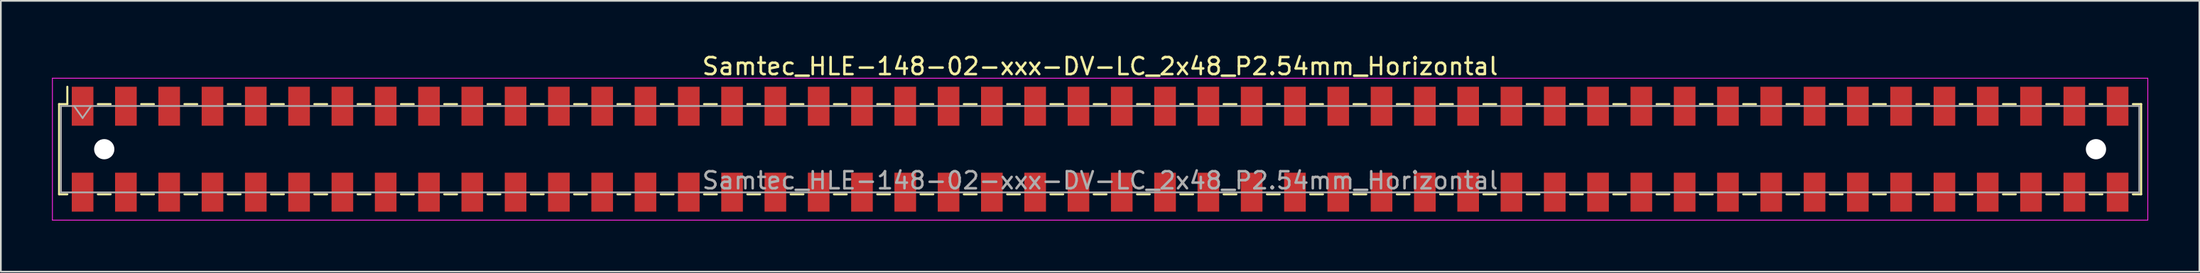
<source format=kicad_pcb>
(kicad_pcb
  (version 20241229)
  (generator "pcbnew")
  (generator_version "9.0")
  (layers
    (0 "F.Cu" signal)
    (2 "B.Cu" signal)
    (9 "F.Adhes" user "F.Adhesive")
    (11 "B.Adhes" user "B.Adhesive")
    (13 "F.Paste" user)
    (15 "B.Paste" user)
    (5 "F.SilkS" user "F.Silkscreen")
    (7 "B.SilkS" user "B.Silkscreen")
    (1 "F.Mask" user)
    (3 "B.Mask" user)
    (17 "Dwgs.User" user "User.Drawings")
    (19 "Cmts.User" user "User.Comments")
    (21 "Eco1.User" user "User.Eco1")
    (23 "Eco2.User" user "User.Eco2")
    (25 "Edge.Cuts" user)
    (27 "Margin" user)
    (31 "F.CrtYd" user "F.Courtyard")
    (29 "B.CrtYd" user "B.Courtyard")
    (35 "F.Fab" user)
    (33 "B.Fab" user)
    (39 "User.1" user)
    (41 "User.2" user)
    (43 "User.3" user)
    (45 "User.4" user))
  (footprint "Samtec_HLE-148-02-xxx-DV-LC_2x48_P2.54mm_Horizontal"
    (layer "F.Cu")
    (at 61.485 5.718)
    (property "Reference" "Samtec_HLE-148-02-xxx-DV-LC_2x48_P2.54mm_Horizontal" (at 0 -4.87 0) (layer "F.SilkS") (effects (font (size 1 1) (thickness 0.15))))
    (attr smd)
    (fp_line (start -61.07 -2.65) (end -61.07 2.65) (stroke (width 0.12) (type solid)) (layer "F.SilkS"))
    (fp_line (start -61.07 2.65) (end -60.585 2.65) (stroke (width 0.12) (type solid)) (layer "F.SilkS"))
    (fp_line (start -60.585 -3.67) (end -60.585 -2.65) (stroke (width 0.12) (type solid)) (layer "F.SilkS"))
    (fp_line (start -60.585 -2.65) (end -61.07 -2.65) (stroke (width 0.12) (type solid)) (layer "F.SilkS"))
    (fp_line (start -58.795 -2.65) (end -58.045 -2.65) (stroke (width 0.12) (type solid)) (layer "F.SilkS"))
    (fp_line (start -58.795 2.65) (end -58.045 2.65) (stroke (width 0.12) (type solid)) (layer "F.SilkS"))
    (fp_line (start -56.255 -2.65) (end -55.505 -2.65) (stroke (width 0.12) (type solid)) (layer "F.SilkS"))
    (fp_line (start -56.255 2.65) (end -55.505 2.65) (stroke (width 0.12) (type solid)) (layer "F.SilkS"))
    (fp_line (start -53.715 -2.65) (end -52.965 -2.65) (stroke (width 0.12) (type solid)) (layer "F.SilkS"))
    (fp_line (start -53.715 2.65) (end -52.965 2.65) (stroke (width 0.12) (type solid)) (layer "F.SilkS"))
    (fp_line (start -51.175 -2.65) (end -50.425 -2.65) (stroke (width 0.12) (type solid)) (layer "F.SilkS"))
    (fp_line (start -51.175 2.65) (end -50.425 2.65) (stroke (width 0.12) (type solid)) (layer "F.SilkS"))
    (fp_line (start -48.635 -2.65) (end -47.885 -2.65) (stroke (width 0.12) (type solid)) (layer "F.SilkS"))
    (fp_line (start -48.635 2.65) (end -47.885 2.65) (stroke (width 0.12) (type solid)) (layer "F.SilkS"))
    (fp_line (start -46.095 -2.65) (end -45.345 -2.65) (stroke (width 0.12) (type solid)) (layer "F.SilkS"))
    (fp_line (start -46.095 2.65) (end -45.345 2.65) (stroke (width 0.12) (type solid)) (layer "F.SilkS"))
    (fp_line (start -43.555 -2.65) (end -42.805 -2.65) (stroke (width 0.12) (type solid)) (layer "F.SilkS"))
    (fp_line (start -43.555 2.65) (end -42.805 2.65) (stroke (width 0.12) (type solid)) (layer "F.SilkS"))
    (fp_line (start -41.015 -2.65) (end -40.265 -2.65) (stroke (width 0.12) (type solid)) (layer "F.SilkS"))
    (fp_line (start -41.015 2.65) (end -40.265 2.65) (stroke (width 0.12) (type solid)) (layer "F.SilkS"))
    (fp_line (start -38.475 -2.65) (end -37.725 -2.65) (stroke (width 0.12) (type solid)) (layer "F.SilkS"))
    (fp_line (start -38.475 2.65) (end -37.725 2.65) (stroke (width 0.12) (type solid)) (layer "F.SilkS"))
    (fp_line (start -35.935 -2.65) (end -35.185 -2.65) (stroke (width 0.12) (type solid)) (layer "F.SilkS"))
    (fp_line (start -35.935 2.65) (end -35.185 2.65) (stroke (width 0.12) (type solid)) (layer "F.SilkS"))
    (fp_line (start -33.395 -2.65) (end -32.645 -2.65) (stroke (width 0.12) (type solid)) (layer "F.SilkS"))
    (fp_line (start -33.395 2.65) (end -32.645 2.65) (stroke (width 0.12) (type solid)) (layer "F.SilkS"))
    (fp_line (start -30.855 -2.65) (end -30.105 -2.65) (stroke (width 0.12) (type solid)) (layer "F.SilkS"))
    (fp_line (start -30.855 2.65) (end -30.105 2.65) (stroke (width 0.12) (type solid)) (layer "F.SilkS"))
    (fp_line (start -28.315 -2.65) (end -27.565 -2.65) (stroke (width 0.12) (type solid)) (layer "F.SilkS"))
    (fp_line (start -28.315 2.65) (end -27.565 2.65) (stroke (width 0.12) (type solid)) (layer "F.SilkS"))
    (fp_line (start -25.775 -2.65) (end -25.025 -2.65) (stroke (width 0.12) (type solid)) (layer "F.SilkS"))
    (fp_line (start -25.775 2.65) (end -25.025 2.65) (stroke (width 0.12) (type solid)) (layer "F.SilkS"))
    (fp_line (start -23.235 -2.65) (end -22.485 -2.65) (stroke (width 0.12) (type solid)) (layer "F.SilkS"))
    (fp_line (start -23.235 2.65) (end -22.485 2.65) (stroke (width 0.12) (type solid)) (layer "F.SilkS"))
    (fp_line (start -20.695 -2.65) (end -19.945 -2.65) (stroke (width 0.12) (type solid)) (layer "F.SilkS"))
    (fp_line (start -20.695 2.65) (end -19.945 2.65) (stroke (width 0.12) (type solid)) (layer "F.SilkS"))
    (fp_line (start -18.155 -2.65) (end -17.405 -2.65) (stroke (width 0.12) (type solid)) (layer "F.SilkS"))
    (fp_line (start -18.155 2.65) (end -17.405 2.65) (stroke (width 0.12) (type solid)) (layer "F.SilkS"))
    (fp_line (start -15.615 -2.65) (end -14.865 -2.65) (stroke (width 0.12) (type solid)) (layer "F.SilkS"))
    (fp_line (start -15.615 2.65) (end -14.865 2.65) (stroke (width 0.12) (type solid)) (layer "F.SilkS"))
    (fp_line (start -13.075 -2.65) (end -12.325 -2.65) (stroke (width 0.12) (type solid)) (layer "F.SilkS"))
    (fp_line (start -13.075 2.65) (end -12.325 2.65) (stroke (width 0.12) (type solid)) (layer "F.SilkS"))
    (fp_line (start -10.535 -2.65) (end -9.785 -2.65) (stroke (width 0.12) (type solid)) (layer "F.SilkS"))
    (fp_line (start -10.535 2.65) (end -9.785 2.65) (stroke (width 0.12) (type solid)) (layer "F.SilkS"))
    (fp_line (start -7.995 -2.65) (end -7.245 -2.65) (stroke (width 0.12) (type solid)) (layer "F.SilkS"))
    (fp_line (start -7.995 2.65) (end -7.245 2.65) (stroke (width 0.12) (type solid)) (layer "F.SilkS"))
    (fp_line (start -5.455 -2.65) (end -4.705 -2.65) (stroke (width 0.12) (type solid)) (layer "F.SilkS"))
    (fp_line (start -5.455 2.65) (end -4.705 2.65) (stroke (width 0.12) (type solid)) (layer "F.SilkS"))
    (fp_line (start -2.915 -2.65) (end -2.165 -2.65) (stroke (width 0.12) (type solid)) (layer "F.SilkS"))
    (fp_line (start -2.915 2.65) (end -2.165 2.65) (stroke (width 0.12) (type solid)) (layer "F.SilkS"))
    (fp_line (start -0.375 -2.65) (end 0.375 -2.65) (stroke (width 0.12) (type solid)) (layer "F.SilkS"))
    (fp_line (start -0.375 2.65) (end 0.375 2.65) (stroke (width 0.12) (type solid)) (layer "F.SilkS"))
    (fp_line (start 2.165 -2.65) (end 2.915 -2.65) (stroke (width 0.12) (type solid)) (layer "F.SilkS"))
    (fp_line (start 2.165 2.65) (end 2.915 2.65) (stroke (width 0.12) (type solid)) (layer "F.SilkS"))
    (fp_line (start 4.705 -2.65) (end 5.455 -2.65) (stroke (width 0.12) (type solid)) (layer "F.SilkS"))
    (fp_line (start 4.705 2.65) (end 5.455 2.65) (stroke (width 0.12) (type solid)) (layer "F.SilkS"))
    (fp_line (start 7.245 -2.65) (end 7.995 -2.65) (stroke (width 0.12) (type solid)) (layer "F.SilkS"))
    (fp_line (start 7.245 2.65) (end 7.995 2.65) (stroke (width 0.12) (type solid)) (layer "F.SilkS"))
    (fp_line (start 9.785 -2.65) (end 10.535 -2.65) (stroke (width 0.12) (type solid)) (layer "F.SilkS"))
    (fp_line (start 9.785 2.65) (end 10.535 2.65) (stroke (width 0.12) (type solid)) (layer "F.SilkS"))
    (fp_line (start 12.325 -2.65) (end 13.075 -2.65) (stroke (width 0.12) (type solid)) (layer "F.SilkS"))
    (fp_line (start 12.325 2.65) (end 13.075 2.65) (stroke (width 0.12) (type solid)) (layer "F.SilkS"))
    (fp_line (start 14.865 -2.65) (end 15.615 -2.65) (stroke (width 0.12) (type solid)) (layer "F.SilkS"))
    (fp_line (start 14.865 2.65) (end 15.615 2.65) (stroke (width 0.12) (type solid)) (layer "F.SilkS"))
    (fp_line (start 17.405 -2.65) (end 18.155 -2.65) (stroke (width 0.12) (type solid)) (layer "F.SilkS"))
    (fp_line (start 17.405 2.65) (end 18.155 2.65) (stroke (width 0.12) (type solid)) (layer "F.SilkS"))
    (fp_line (start 19.945 -2.65) (end 20.695 -2.65) (stroke (width 0.12) (type solid)) (layer "F.SilkS"))
    (fp_line (start 19.945 2.65) (end 20.695 2.65) (stroke (width 0.12) (type solid)) (layer "F.SilkS"))
    (fp_line (start 22.485 -2.65) (end 23.235 -2.65) (stroke (width 0.12) (type solid)) (layer "F.SilkS"))
    (fp_line (start 22.485 2.65) (end 23.235 2.65) (stroke (width 0.12) (type solid)) (layer "F.SilkS"))
    (fp_line (start 25.025 -2.65) (end 25.775 -2.65) (stroke (width 0.12) (type solid)) (layer "F.SilkS"))
    (fp_line (start 25.025 2.65) (end 25.775 2.65) (stroke (width 0.12) (type solid)) (layer "F.SilkS"))
    (fp_line (start 27.565 -2.65) (end 28.315 -2.65) (stroke (width 0.12) (type solid)) (layer "F.SilkS"))
    (fp_line (start 27.565 2.65) (end 28.315 2.65) (stroke (width 0.12) (type solid)) (layer "F.SilkS"))
    (fp_line (start 30.105 -2.65) (end 30.855 -2.65) (stroke (width 0.12) (type solid)) (layer "F.SilkS"))
    (fp_line (start 30.105 2.65) (end 30.855 2.65) (stroke (width 0.12) (type solid)) (layer "F.SilkS"))
    (fp_line (start 32.645 -2.65) (end 33.395 -2.65) (stroke (width 0.12) (type solid)) (layer "F.SilkS"))
    (fp_line (start 32.645 2.65) (end 33.395 2.65) (stroke (width 0.12) (type solid)) (layer "F.SilkS"))
    (fp_line (start 35.185 -2.65) (end 35.935 -2.65) (stroke (width 0.12) (type solid)) (layer "F.SilkS"))
    (fp_line (start 35.185 2.65) (end 35.935 2.65) (stroke (width 0.12) (type solid)) (layer "F.SilkS"))
    (fp_line (start 37.725 -2.65) (end 38.475 -2.65) (stroke (width 0.12) (type solid)) (layer "F.SilkS"))
    (fp_line (start 37.725 2.65) (end 38.475 2.65) (stroke (width 0.12) (type solid)) (layer "F.SilkS"))
    (fp_line (start 40.265 -2.65) (end 41.015 -2.65) (stroke (width 0.12) (type solid)) (layer "F.SilkS"))
    (fp_line (start 40.265 2.65) (end 41.015 2.65) (stroke (width 0.12) (type solid)) (layer "F.SilkS"))
    (fp_line (start 42.805 -2.65) (end 43.555 -2.65) (stroke (width 0.12) (type solid)) (layer "F.SilkS"))
    (fp_line (start 42.805 2.65) (end 43.555 2.65) (stroke (width 0.12) (type solid)) (layer "F.SilkS"))
    (fp_line (start 45.345 -2.65) (end 46.095 -2.65) (stroke (width 0.12) (type solid)) (layer "F.SilkS"))
    (fp_line (start 45.345 2.65) (end 46.095 2.65) (stroke (width 0.12) (type solid)) (layer "F.SilkS"))
    (fp_line (start 47.885 -2.65) (end 48.635 -2.65) (stroke (width 0.12) (type solid)) (layer "F.SilkS"))
    (fp_line (start 47.885 2.65) (end 48.635 2.65) (stroke (width 0.12) (type solid)) (layer "F.SilkS"))
    (fp_line (start 50.425 -2.65) (end 51.175 -2.65) (stroke (width 0.12) (type solid)) (layer "F.SilkS"))
    (fp_line (start 50.425 2.65) (end 51.175 2.65) (stroke (width 0.12) (type solid)) (layer "F.SilkS"))
    (fp_line (start 52.965 -2.65) (end 53.715 -2.65) (stroke (width 0.12) (type solid)) (layer "F.SilkS"))
    (fp_line (start 52.965 2.65) (end 53.715 2.65) (stroke (width 0.12) (type solid)) (layer "F.SilkS"))
    (fp_line (start 55.505 -2.65) (end 56.255 -2.65) (stroke (width 0.12) (type solid)) (layer "F.SilkS"))
    (fp_line (start 55.505 2.65) (end 56.255 2.65) (stroke (width 0.12) (type solid)) (layer "F.SilkS"))
    (fp_line (start 58.045 -2.65) (end 58.795 -2.65) (stroke (width 0.12) (type solid)) (layer "F.SilkS"))
    (fp_line (start 58.045 2.65) (end 58.795 2.65) (stroke (width 0.12) (type solid)) (layer "F.SilkS"))
    (fp_line (start 60.585 -2.65) (end 61.07 -2.65) (stroke (width 0.12) (type solid)) (layer "F.SilkS"))
    (fp_line (start 61.07 -2.65) (end 61.07 2.65) (stroke (width 0.12) (type solid)) (layer "F.SilkS"))
    (fp_line (start 61.07 2.65) (end 60.585 2.65) (stroke (width 0.12) (type solid)) (layer "F.SilkS"))
    (fp_line (start -61.46 -4.17) (end 61.46 -4.17) (stroke (width 0.05) (type solid)) (layer "F.CrtYd"))
    (fp_line (start -61.46 4.17) (end -61.46 -4.17) (stroke (width 0.05) (type solid)) (layer "F.CrtYd"))
    (fp_line (start 61.46 -4.17) (end 61.46 4.17) (stroke (width 0.05) (type solid)) (layer "F.CrtYd"))
    (fp_line (start 61.46 4.17) (end -61.46 4.17) (stroke (width 0.05) (type solid)) (layer "F.CrtYd"))
    (fp_line (start -60.96 -2.54) (end 60.96 -2.54) (stroke (width 0.1) (type solid)) (layer "F.Fab"))
    (fp_line (start -60.96 2.54) (end -60.96 -2.54) (stroke (width 0.1) (type solid)) (layer "F.Fab"))
    (fp_line (start -60.19 -2.54) (end -59.69 -1.833) (stroke (width 0.1) (type solid)) (layer "F.Fab"))
    (fp_line (start -59.69 -1.833) (end -59.19 -2.54) (stroke (width 0.1) (type solid)) (layer "F.Fab"))
    (fp_line (start 60.96 -2.54) (end 60.96 2.54) (stroke (width 0.1) (type solid)) (layer "F.Fab"))
    (fp_line (start 60.96 2.54) (end -60.96 2.54) (stroke (width 0.1) (type solid)) (layer "F.Fab"))
    (fp_text user "${REFERENCE}" (at 0 1.84 0) (layer "F.Fab") (effects (font (size 1 1) (thickness 0.15))))
    (pad "" np_thru_hole circle (at -58.42 0) (size 1.19 1.19) (drill 1.19) (layers "*.Cu" "*.Mask"))
    (pad "" np_thru_hole circle (at 58.42 0) (size 1.19 1.19) (drill 1.19) (layers "*.Cu" "*.Mask"))
    (pad "1" smd rect (at -59.69 -2.525) (size 1.27 2.29) (layers "F.Cu" "F.Mask" "F.Paste"))
    (pad "2" smd rect (at -59.69 2.525) (size 1.27 2.29) (layers "F.Cu" "F.Mask" "F.Paste"))
    (pad "3" smd rect (at -57.15 -2.525) (size 1.27 2.29) (layers "F.Cu" "F.Mask" "F.Paste"))
    (pad "4" smd rect (at -57.15 2.525) (size 1.27 2.29) (layers "F.Cu" "F.Mask" "F.Paste"))
    (pad "5" smd rect (at -54.61 -2.525) (size 1.27 2.29) (layers "F.Cu" "F.Mask" "F.Paste"))
    (pad "6" smd rect (at -54.61 2.525) (size 1.27 2.29) (layers "F.Cu" "F.Mask" "F.Paste"))
    (pad "7" smd rect (at -52.07 -2.525) (size 1.27 2.29) (layers "F.Cu" "F.Mask" "F.Paste"))
    (pad "8" smd rect (at -52.07 2.525) (size 1.27 2.29) (layers "F.Cu" "F.Mask" "F.Paste"))
    (pad "9" smd rect (at -49.53 -2.525) (size 1.27 2.29) (layers "F.Cu" "F.Mask" "F.Paste"))
    (pad "10" smd rect (at -49.53 2.525) (size 1.27 2.29) (layers "F.Cu" "F.Mask" "F.Paste"))
    (pad "11" smd rect (at -46.99 -2.525) (size 1.27 2.29) (layers "F.Cu" "F.Mask" "F.Paste"))
    (pad "12" smd rect (at -46.99 2.525) (size 1.27 2.29) (layers "F.Cu" "F.Mask" "F.Paste"))
    (pad "13" smd rect (at -44.45 -2.525) (size 1.27 2.29) (layers "F.Cu" "F.Mask" "F.Paste"))
    (pad "14" smd rect (at -44.45 2.525) (size 1.27 2.29) (layers "F.Cu" "F.Mask" "F.Paste"))
    (pad "15" smd rect (at -41.91 -2.525) (size 1.27 2.29) (layers "F.Cu" "F.Mask" "F.Paste"))
    (pad "16" smd rect (at -41.91 2.525) (size 1.27 2.29) (layers "F.Cu" "F.Mask" "F.Paste"))
    (pad "17" smd rect (at -39.37 -2.525) (size 1.27 2.29) (layers "F.Cu" "F.Mask" "F.Paste"))
    (pad "18" smd rect (at -39.37 2.525) (size 1.27 2.29) (layers "F.Cu" "F.Mask" "F.Paste"))
    (pad "19" smd rect (at -36.83 -2.525) (size 1.27 2.29) (layers "F.Cu" "F.Mask" "F.Paste"))
    (pad "20" smd rect (at -36.83 2.525) (size 1.27 2.29) (layers "F.Cu" "F.Mask" "F.Paste"))
    (pad "21" smd rect (at -34.29 -2.525) (size 1.27 2.29) (layers "F.Cu" "F.Mask" "F.Paste"))
    (pad "22" smd rect (at -34.29 2.525) (size 1.27 2.29) (layers "F.Cu" "F.Mask" "F.Paste"))
    (pad "23" smd rect (at -31.75 -2.525) (size 1.27 2.29) (layers "F.Cu" "F.Mask" "F.Paste"))
    (pad "24" smd rect (at -31.75 2.525) (size 1.27 2.29) (layers "F.Cu" "F.Mask" "F.Paste"))
    (pad "25" smd rect (at -29.21 -2.525) (size 1.27 2.29) (layers "F.Cu" "F.Mask" "F.Paste"))
    (pad "26" smd rect (at -29.21 2.525) (size 1.27 2.29) (layers "F.Cu" "F.Mask" "F.Paste"))
    (pad "27" smd rect (at -26.67 -2.525) (size 1.27 2.29) (layers "F.Cu" "F.Mask" "F.Paste"))
    (pad "28" smd rect (at -26.67 2.525) (size 1.27 2.29) (layers "F.Cu" "F.Mask" "F.Paste"))
    (pad "29" smd rect (at -24.13 -2.525) (size 1.27 2.29) (layers "F.Cu" "F.Mask" "F.Paste"))
    (pad "30" smd rect (at -24.13 2.525) (size 1.27 2.29) (layers "F.Cu" "F.Mask" "F.Paste"))
    (pad "31" smd rect (at -21.59 -2.525) (size 1.27 2.29) (layers "F.Cu" "F.Mask" "F.Paste"))
    (pad "32" smd rect (at -21.59 2.525) (size 1.27 2.29) (layers "F.Cu" "F.Mask" "F.Paste"))
    (pad "33" smd rect (at -19.05 -2.525) (size 1.27 2.29) (layers "F.Cu" "F.Mask" "F.Paste"))
    (pad "34" smd rect (at -19.05 2.525) (size 1.27 2.29) (layers "F.Cu" "F.Mask" "F.Paste"))
    (pad "35" smd rect (at -16.51 -2.525) (size 1.27 2.29) (layers "F.Cu" "F.Mask" "F.Paste"))
    (pad "36" smd rect (at -16.51 2.525) (size 1.27 2.29) (layers "F.Cu" "F.Mask" "F.Paste"))
    (pad "37" smd rect (at -13.97 -2.525) (size 1.27 2.29) (layers "F.Cu" "F.Mask" "F.Paste"))
    (pad "38" smd rect (at -13.97 2.525) (size 1.27 2.29) (layers "F.Cu" "F.Mask" "F.Paste"))
    (pad "39" smd rect (at -11.43 -2.525) (size 1.27 2.29) (layers "F.Cu" "F.Mask" "F.Paste"))
    (pad "40" smd rect (at -11.43 2.525) (size 1.27 2.29) (layers "F.Cu" "F.Mask" "F.Paste"))
    (pad "41" smd rect (at -8.89 -2.525) (size 1.27 2.29) (layers "F.Cu" "F.Mask" "F.Paste"))
    (pad "42" smd rect (at -8.89 2.525) (size 1.27 2.29) (layers "F.Cu" "F.Mask" "F.Paste"))
    (pad "43" smd rect (at -6.35 -2.525) (size 1.27 2.29) (layers "F.Cu" "F.Mask" "F.Paste"))
    (pad "44" smd rect (at -6.35 2.525) (size 1.27 2.29) (layers "F.Cu" "F.Mask" "F.Paste"))
    (pad "45" smd rect (at -3.81 -2.525) (size 1.27 2.29) (layers "F.Cu" "F.Mask" "F.Paste"))
    (pad "46" smd rect (at -3.81 2.525) (size 1.27 2.29) (layers "F.Cu" "F.Mask" "F.Paste"))
    (pad "47" smd rect (at -1.27 -2.525) (size 1.27 2.29) (layers "F.Cu" "F.Mask" "F.Paste"))
    (pad "48" smd rect (at -1.27 2.525) (size 1.27 2.29) (layers "F.Cu" "F.Mask" "F.Paste"))
    (pad "49" smd rect (at 1.27 -2.525) (size 1.27 2.29) (layers "F.Cu" "F.Mask" "F.Paste"))
    (pad "50" smd rect (at 1.27 2.525) (size 1.27 2.29) (layers "F.Cu" "F.Mask" "F.Paste"))
    (pad "51" smd rect (at 3.81 -2.525) (size 1.27 2.29) (layers "F.Cu" "F.Mask" "F.Paste"))
    (pad "52" smd rect (at 3.81 2.525) (size 1.27 2.29) (layers "F.Cu" "F.Mask" "F.Paste"))
    (pad "53" smd rect (at 6.35 -2.525) (size 1.27 2.29) (layers "F.Cu" "F.Mask" "F.Paste"))
    (pad "54" smd rect (at 6.35 2.525) (size 1.27 2.29) (layers "F.Cu" "F.Mask" "F.Paste"))
    (pad "55" smd rect (at 8.89 -2.525) (size 1.27 2.29) (layers "F.Cu" "F.Mask" "F.Paste"))
    (pad "56" smd rect (at 8.89 2.525) (size 1.27 2.29) (layers "F.Cu" "F.Mask" "F.Paste"))
    (pad "57" smd rect (at 11.43 -2.525) (size 1.27 2.29) (layers "F.Cu" "F.Mask" "F.Paste"))
    (pad "58" smd rect (at 11.43 2.525) (size 1.27 2.29) (layers "F.Cu" "F.Mask" "F.Paste"))
    (pad "59" smd rect (at 13.97 -2.525) (size 1.27 2.29) (layers "F.Cu" "F.Mask" "F.Paste"))
    (pad "60" smd rect (at 13.97 2.525) (size 1.27 2.29) (layers "F.Cu" "F.Mask" "F.Paste"))
    (pad "61" smd rect (at 16.51 -2.525) (size 1.27 2.29) (layers "F.Cu" "F.Mask" "F.Paste"))
    (pad "62" smd rect (at 16.51 2.525) (size 1.27 2.29) (layers "F.Cu" "F.Mask" "F.Paste"))
    (pad "63" smd rect (at 19.05 -2.525) (size 1.27 2.29) (layers "F.Cu" "F.Mask" "F.Paste"))
    (pad "64" smd rect (at 19.05 2.525) (size 1.27 2.29) (layers "F.Cu" "F.Mask" "F.Paste"))
    (pad "65" smd rect (at 21.59 -2.525) (size 1.27 2.29) (layers "F.Cu" "F.Mask" "F.Paste"))
    (pad "66" smd rect (at 21.59 2.525) (size 1.27 2.29) (layers "F.Cu" "F.Mask" "F.Paste"))
    (pad "67" smd rect (at 24.13 -2.525) (size 1.27 2.29) (layers "F.Cu" "F.Mask" "F.Paste"))
    (pad "68" smd rect (at 24.13 2.525) (size 1.27 2.29) (layers "F.Cu" "F.Mask" "F.Paste"))
    (pad "69" smd rect (at 26.67 -2.525) (size 1.27 2.29) (layers "F.Cu" "F.Mask" "F.Paste"))
    (pad "70" smd rect (at 26.67 2.525) (size 1.27 2.29) (layers "F.Cu" "F.Mask" "F.Paste"))
    (pad "71" smd rect (at 29.21 -2.525) (size 1.27 2.29) (layers "F.Cu" "F.Mask" "F.Paste"))
    (pad "72" smd rect (at 29.21 2.525) (size 1.27 2.29) (layers "F.Cu" "F.Mask" "F.Paste"))
    (pad "73" smd rect (at 31.75 -2.525) (size 1.27 2.29) (layers "F.Cu" "F.Mask" "F.Paste"))
    (pad "74" smd rect (at 31.75 2.525) (size 1.27 2.29) (layers "F.Cu" "F.Mask" "F.Paste"))
    (pad "75" smd rect (at 34.29 -2.525) (size 1.27 2.29) (layers "F.Cu" "F.Mask" "F.Paste"))
    (pad "76" smd rect (at 34.29 2.525) (size 1.27 2.29) (layers "F.Cu" "F.Mask" "F.Paste"))
    (pad "77" smd rect (at 36.83 -2.525) (size 1.27 2.29) (layers "F.Cu" "F.Mask" "F.Paste"))
    (pad "78" smd rect (at 36.83 2.525) (size 1.27 2.29) (layers "F.Cu" "F.Mask" "F.Paste"))
    (pad "79" smd rect (at 39.37 -2.525) (size 1.27 2.29) (layers "F.Cu" "F.Mask" "F.Paste"))
    (pad "80" smd rect (at 39.37 2.525) (size 1.27 2.29) (layers "F.Cu" "F.Mask" "F.Paste"))
    (pad "81" smd rect (at 41.91 -2.525) (size 1.27 2.29) (layers "F.Cu" "F.Mask" "F.Paste"))
    (pad "82" smd rect (at 41.91 2.525) (size 1.27 2.29) (layers "F.Cu" "F.Mask" "F.Paste"))
    (pad "83" smd rect (at 44.45 -2.525) (size 1.27 2.29) (layers "F.Cu" "F.Mask" "F.Paste"))
    (pad "84" smd rect (at 44.45 2.525) (size 1.27 2.29) (layers "F.Cu" "F.Mask" "F.Paste"))
    (pad "85" smd rect (at 46.99 -2.525) (size 1.27 2.29) (layers "F.Cu" "F.Mask" "F.Paste"))
    (pad "86" smd rect (at 46.99 2.525) (size 1.27 2.29) (layers "F.Cu" "F.Mask" "F.Paste"))
    (pad "87" smd rect (at 49.53 -2.525) (size 1.27 2.29) (layers "F.Cu" "F.Mask" "F.Paste"))
    (pad "88" smd rect (at 49.53 2.525) (size 1.27 2.29) (layers "F.Cu" "F.Mask" "F.Paste"))
    (pad "89" smd rect (at 52.07 -2.525) (size 1.27 2.29) (layers "F.Cu" "F.Mask" "F.Paste"))
    (pad "90" smd rect (at 52.07 2.525) (size 1.27 2.29) (layers "F.Cu" "F.Mask" "F.Paste"))
    (pad "91" smd rect (at 54.61 -2.525) (size 1.27 2.29) (layers "F.Cu" "F.Mask" "F.Paste"))
    (pad "92" smd rect (at 54.61 2.525) (size 1.27 2.29) (layers "F.Cu" "F.Mask" "F.Paste"))
    (pad "93" smd rect (at 57.15 -2.525) (size 1.27 2.29) (layers "F.Cu" "F.Mask" "F.Paste"))
    (pad "94" smd rect (at 57.15 2.525) (size 1.27 2.29) (layers "F.Cu" "F.Mask" "F.Paste"))
    (pad "95" smd rect (at 59.69 -2.525) (size 1.27 2.29) (layers "F.Cu" "F.Mask" "F.Paste"))
    (pad "96" smd rect (at 59.69 2.525) (size 1.27 2.29) (layers "F.Cu" "F.Mask" "F.Paste")))
  (gr_rect
    (start -3 -3)
    (end 125.97 12.913)
    (stroke (width 0.1) (type default))
    (fill no)
    (layer "Edge.Cuts")))
</source>
